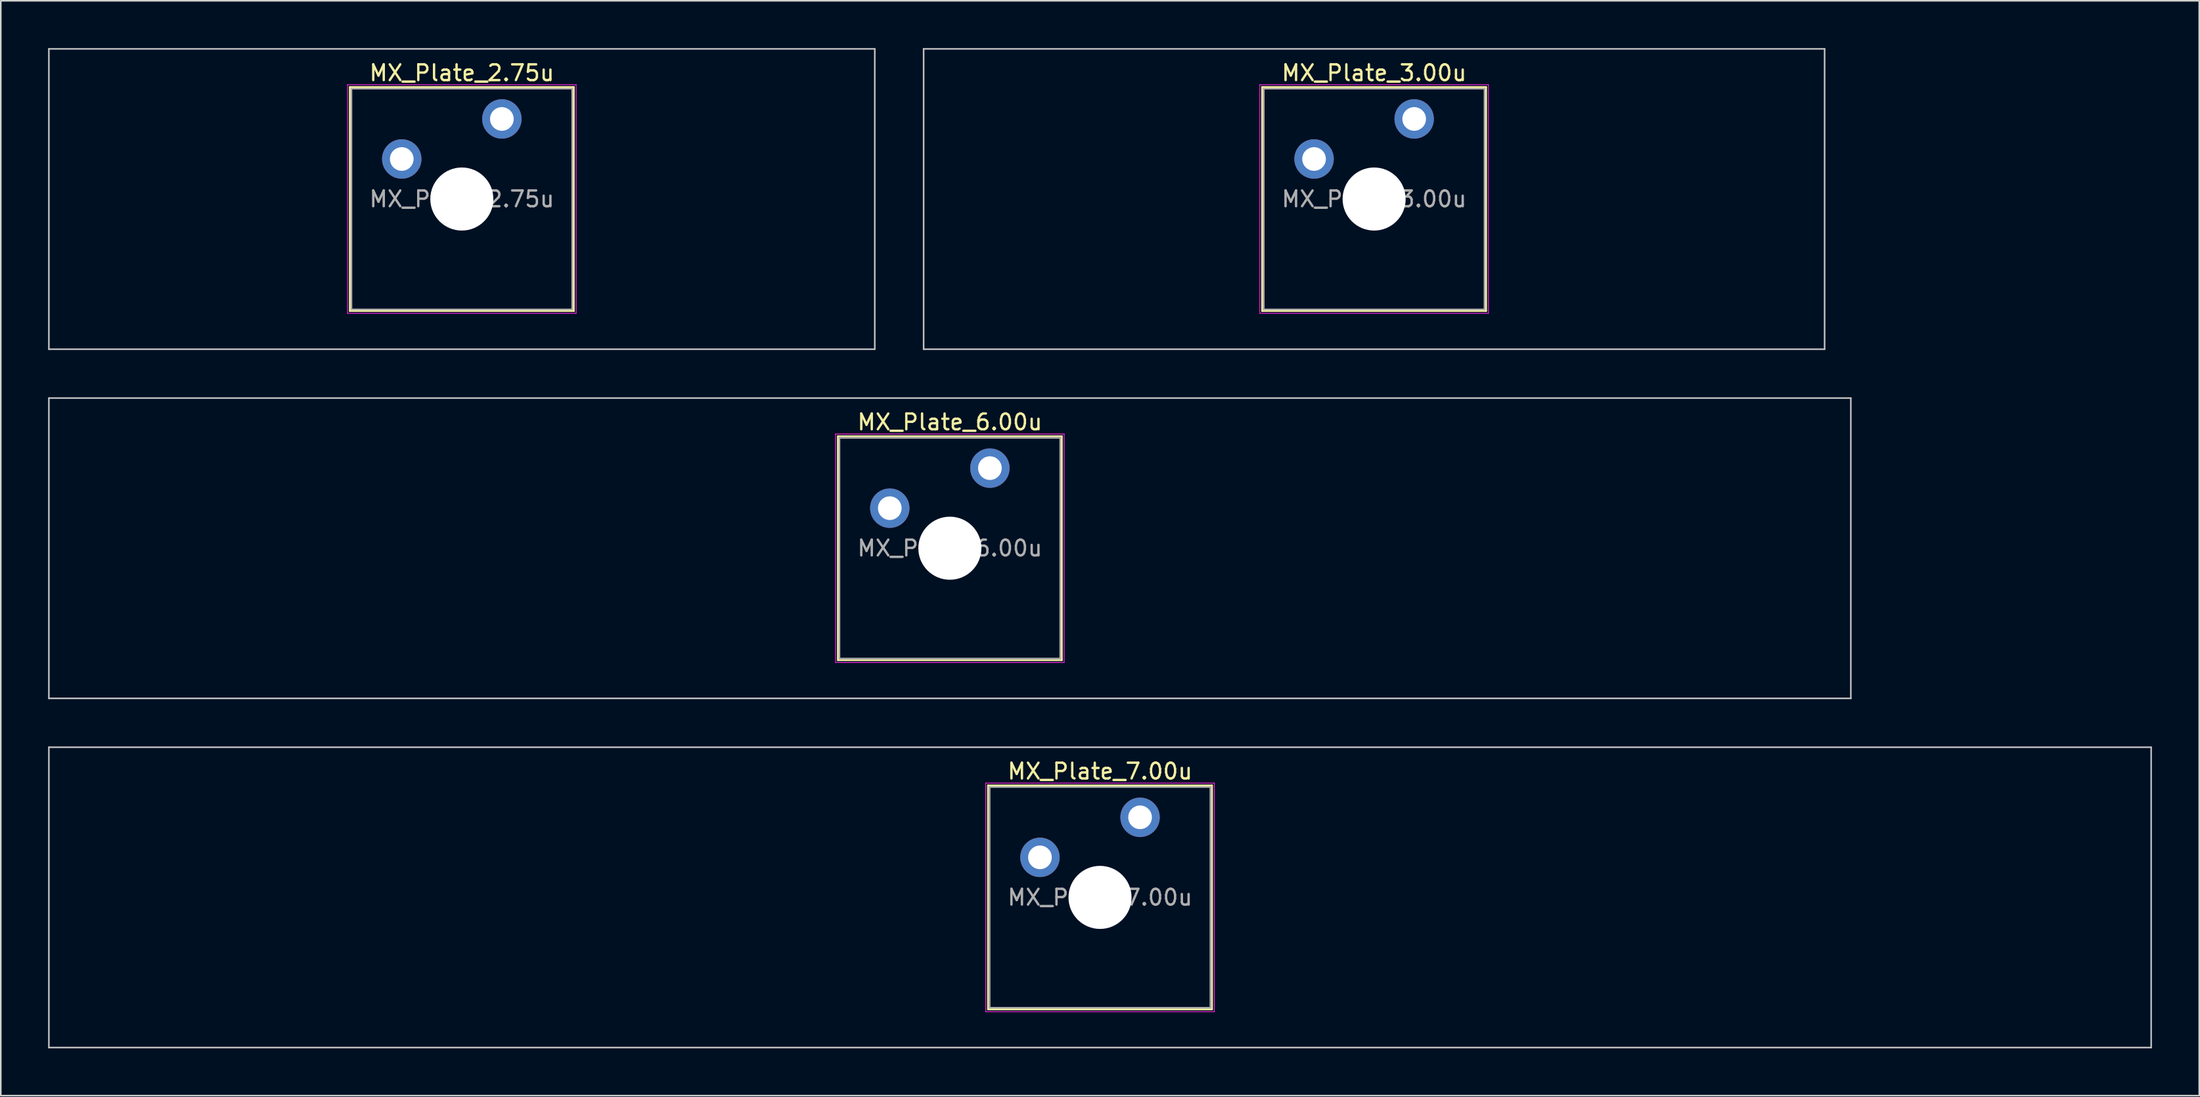
<source format=kicad_pcb>
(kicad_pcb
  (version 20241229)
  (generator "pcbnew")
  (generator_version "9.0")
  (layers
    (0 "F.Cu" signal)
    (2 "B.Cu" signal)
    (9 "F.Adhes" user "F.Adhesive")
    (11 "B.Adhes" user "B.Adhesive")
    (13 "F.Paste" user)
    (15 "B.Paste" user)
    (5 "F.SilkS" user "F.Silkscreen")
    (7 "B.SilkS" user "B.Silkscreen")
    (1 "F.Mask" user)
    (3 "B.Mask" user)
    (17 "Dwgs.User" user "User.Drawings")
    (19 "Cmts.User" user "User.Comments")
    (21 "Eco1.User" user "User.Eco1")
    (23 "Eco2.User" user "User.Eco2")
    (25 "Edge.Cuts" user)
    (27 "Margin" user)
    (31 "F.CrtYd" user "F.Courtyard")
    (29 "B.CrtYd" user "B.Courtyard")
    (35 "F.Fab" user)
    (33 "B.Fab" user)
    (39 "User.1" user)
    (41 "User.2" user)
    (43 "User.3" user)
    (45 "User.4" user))
  (footprint "MX_Plate_7.00u"
    (layer "F.Cu")
    (at 66.725 53.875)
    (property "Reference" "MX_Plate_7.00u" (at 0 -8 0) (layer "F.SilkS") (effects (font (size 1 1) (thickness 0.15))))
    (attr through_hole)
    (fp_line (start -7.1 -7.1) (end -7.1 7.1) (stroke (width 0.12) (type solid)) (layer "F.SilkS"))
    (fp_line (start -7.1 7.1) (end 7.1 7.1) (stroke (width 0.12) (type solid)) (layer "F.SilkS"))
    (fp_line (start 7.1 -7.1) (end -7.1 -7.1) (stroke (width 0.12) (type solid)) (layer "F.SilkS"))
    (fp_line (start 7.1 7.1) (end 7.1 -7.1) (stroke (width 0.12) (type solid)) (layer "F.SilkS"))
    (fp_line (start -66.675 -9.525) (end -66.675 9.525) (stroke (width 0.1) (type solid)) (layer "Dwgs.User"))
    (fp_line (start -66.675 9.525) (end 66.675 9.525) (stroke (width 0.1) (type solid)) (layer "Dwgs.User"))
    (fp_line (start 66.675 -9.525) (end -66.675 -9.525) (stroke (width 0.1) (type solid)) (layer "Dwgs.User"))
    (fp_line (start 66.675 9.525) (end 66.675 -9.525) (stroke (width 0.1) (type solid)) (layer "Dwgs.User"))
    (fp_line (start -7 -7) (end -7 7) (stroke (width 0.1) (type solid)) (layer "Eco1.User"))
    (fp_line (start -7 7) (end 7 7) (stroke (width 0.1) (type solid)) (layer "Eco1.User"))
    (fp_line (start 7 -7) (end -7 -7) (stroke (width 0.1) (type solid)) (layer "Eco1.User"))
    (fp_line (start 7 7) (end 7 -7) (stroke (width 0.1) (type solid)) (layer "Eco1.User"))
    (fp_line (start -7.25 -7.25) (end -7.25 7.25) (stroke (width 0.05) (type solid)) (layer "F.CrtYd"))
    (fp_line (start -7.25 7.25) (end 7.25 7.25) (stroke (width 0.05) (type solid)) (layer "F.CrtYd"))
    (fp_line (start 7.25 -7.25) (end -7.25 -7.25) (stroke (width 0.05) (type solid)) (layer "F.CrtYd"))
    (fp_line (start 7.25 7.25) (end 7.25 -7.25) (stroke (width 0.05) (type solid)) (layer "F.CrtYd"))
    (fp_line (start -7 -7) (end -7 7) (stroke (width 0.1) (type solid)) (layer "F.Fab"))
    (fp_line (start -7 7) (end 7 7) (stroke (width 0.1) (type solid)) (layer "F.Fab"))
    (fp_line (start 7 -7) (end -7 -7) (stroke (width 0.1) (type solid)) (layer "F.Fab"))
    (fp_line (start 7 7) (end 7 -7) (stroke (width 0.1) (type solid)) (layer "F.Fab"))
    (fp_text user "${REFERENCE}" (at 0 0 0) (layer "F.Fab") (effects (font (size 1 1) (thickness 0.15))))
    (pad "" np_thru_hole circle (at 0 0) (size 4 4) (drill 4) (layers "*.Cu" "*.Mask"))
    (pad "1" thru_hole circle (at -3.81 -2.54) (size 2.5 2.5) (drill 1.5) (layers "*.Cu" "*.Mask"))
    (pad "2" thru_hole circle (at 2.54 -5.08) (size 2.5 2.5) (drill 1.5) (layers "*.Cu" "*.Mask")))
  (footprint "MX_Plate_2.75u"
    (layer "F.Cu")
    (at 26.244 9.575)
    (property "Reference" "MX_Plate_2.75u" (at 0 -8 0) (layer "F.SilkS") (effects (font (size 1 1) (thickness 0.15))))
    (attr through_hole)
    (fp_line (start -7.1 -7.1) (end -7.1 7.1) (stroke (width 0.12) (type solid)) (layer "F.SilkS"))
    (fp_line (start -7.1 7.1) (end 7.1 7.1) (stroke (width 0.12) (type solid)) (layer "F.SilkS"))
    (fp_line (start 7.1 -7.1) (end -7.1 -7.1) (stroke (width 0.12) (type solid)) (layer "F.SilkS"))
    (fp_line (start 7.1 7.1) (end 7.1 -7.1) (stroke (width 0.12) (type solid)) (layer "F.SilkS"))
    (fp_line (start -26.194 -9.525) (end -26.194 9.525) (stroke (width 0.1) (type solid)) (layer "Dwgs.User"))
    (fp_line (start -26.194 9.525) (end 26.194 9.525) (stroke (width 0.1) (type solid)) (layer "Dwgs.User"))
    (fp_line (start 26.194 -9.525) (end -26.194 -9.525) (stroke (width 0.1) (type solid)) (layer "Dwgs.User"))
    (fp_line (start 26.194 9.525) (end 26.194 -9.525) (stroke (width 0.1) (type solid)) (layer "Dwgs.User"))
    (fp_line (start -7 -7) (end -7 7) (stroke (width 0.1) (type solid)) (layer "Eco1.User"))
    (fp_line (start -7 7) (end 7 7) (stroke (width 0.1) (type solid)) (layer "Eco1.User"))
    (fp_line (start 7 -7) (end -7 -7) (stroke (width 0.1) (type solid)) (layer "Eco1.User"))
    (fp_line (start 7 7) (end 7 -7) (stroke (width 0.1) (type solid)) (layer "Eco1.User"))
    (fp_line (start -7.25 -7.25) (end -7.25 7.25) (stroke (width 0.05) (type solid)) (layer "F.CrtYd"))
    (fp_line (start -7.25 7.25) (end 7.25 7.25) (stroke (width 0.05) (type solid)) (layer "F.CrtYd"))
    (fp_line (start 7.25 -7.25) (end -7.25 -7.25) (stroke (width 0.05) (type solid)) (layer "F.CrtYd"))
    (fp_line (start 7.25 7.25) (end 7.25 -7.25) (stroke (width 0.05) (type solid)) (layer "F.CrtYd"))
    (fp_line (start -7 -7) (end -7 7) (stroke (width 0.1) (type solid)) (layer "F.Fab"))
    (fp_line (start -7 7) (end 7 7) (stroke (width 0.1) (type solid)) (layer "F.Fab"))
    (fp_line (start 7 -7) (end -7 -7) (stroke (width 0.1) (type solid)) (layer "F.Fab"))
    (fp_line (start 7 7) (end 7 -7) (stroke (width 0.1) (type solid)) (layer "F.Fab"))
    (fp_text user "${REFERENCE}" (at 0 0 0) (layer "F.Fab") (effects (font (size 1 1) (thickness 0.15))))
    (pad "" np_thru_hole circle (at 0 0) (size 4 4) (drill 4) (layers "*.Cu" "*.Mask"))
    (pad "1" thru_hole circle (at -3.81 -2.54) (size 2.5 2.5) (drill 1.5) (layers "*.Cu" "*.Mask"))
    (pad "2" thru_hole circle (at 2.54 -5.08) (size 2.5 2.5) (drill 1.5) (layers "*.Cu" "*.Mask")))
  (footprint "MX_Plate_6.00u"
    (layer "F.Cu")
    (at 57.2 31.725)
    (property "Reference" "MX_Plate_6.00u" (at 0 -8 0) (layer "F.SilkS") (effects (font (size 1 1) (thickness 0.15))))
    (attr through_hole)
    (fp_line (start -7.1 -7.1) (end -7.1 7.1) (stroke (width 0.12) (type solid)) (layer "F.SilkS"))
    (fp_line (start -7.1 7.1) (end 7.1 7.1) (stroke (width 0.12) (type solid)) (layer "F.SilkS"))
    (fp_line (start 7.1 -7.1) (end -7.1 -7.1) (stroke (width 0.12) (type solid)) (layer "F.SilkS"))
    (fp_line (start 7.1 7.1) (end 7.1 -7.1) (stroke (width 0.12) (type solid)) (layer "F.SilkS"))
    (fp_line (start -57.15 -9.525) (end -57.15 9.525) (stroke (width 0.1) (type solid)) (layer "Dwgs.User"))
    (fp_line (start -57.15 9.525) (end 57.15 9.525) (stroke (width 0.1) (type solid)) (layer "Dwgs.User"))
    (fp_line (start 57.15 -9.525) (end -57.15 -9.525) (stroke (width 0.1) (type solid)) (layer "Dwgs.User"))
    (fp_line (start 57.15 9.525) (end 57.15 -9.525) (stroke (width 0.1) (type solid)) (layer "Dwgs.User"))
    (fp_line (start -7 -7) (end -7 7) (stroke (width 0.1) (type solid)) (layer "Eco1.User"))
    (fp_line (start -7 7) (end 7 7) (stroke (width 0.1) (type solid)) (layer "Eco1.User"))
    (fp_line (start 7 -7) (end -7 -7) (stroke (width 0.1) (type solid)) (layer "Eco1.User"))
    (fp_line (start 7 7) (end 7 -7) (stroke (width 0.1) (type solid)) (layer "Eco1.User"))
    (fp_line (start -7.25 -7.25) (end -7.25 7.25) (stroke (width 0.05) (type solid)) (layer "F.CrtYd"))
    (fp_line (start -7.25 7.25) (end 7.25 7.25) (stroke (width 0.05) (type solid)) (layer "F.CrtYd"))
    (fp_line (start 7.25 -7.25) (end -7.25 -7.25) (stroke (width 0.05) (type solid)) (layer "F.CrtYd"))
    (fp_line (start 7.25 7.25) (end 7.25 -7.25) (stroke (width 0.05) (type solid)) (layer "F.CrtYd"))
    (fp_line (start -7 -7) (end -7 7) (stroke (width 0.1) (type solid)) (layer "F.Fab"))
    (fp_line (start -7 7) (end 7 7) (stroke (width 0.1) (type solid)) (layer "F.Fab"))
    (fp_line (start 7 -7) (end -7 -7) (stroke (width 0.1) (type solid)) (layer "F.Fab"))
    (fp_line (start 7 7) (end 7 -7) (stroke (width 0.1) (type solid)) (layer "F.Fab"))
    (fp_text user "${REFERENCE}" (at 0 0 0) (layer "F.Fab") (effects (font (size 1 1) (thickness 0.15))))
    (pad "" np_thru_hole circle (at 0 0) (size 4 4) (drill 4) (layers "*.Cu" "*.Mask"))
    (pad "1" thru_hole circle (at -3.81 -2.54) (size 2.5 2.5) (drill 1.5) (layers "*.Cu" "*.Mask"))
    (pad "2" thru_hole circle (at 2.54 -5.08) (size 2.5 2.5) (drill 1.5) (layers "*.Cu" "*.Mask")))
  (footprint "MX_Plate_3.00u"
    (layer "F.Cu")
    (at 84.112 9.575)
    (property "Reference" "MX_Plate_3.00u" (at 0 -8 0) (layer "F.SilkS") (effects (font (size 1 1) (thickness 0.15))))
    (attr through_hole)
    (fp_line (start -7.1 -7.1) (end -7.1 7.1) (stroke (width 0.12) (type solid)) (layer "F.SilkS"))
    (fp_line (start -7.1 7.1) (end 7.1 7.1) (stroke (width 0.12) (type solid)) (layer "F.SilkS"))
    (fp_line (start 7.1 -7.1) (end -7.1 -7.1) (stroke (width 0.12) (type solid)) (layer "F.SilkS"))
    (fp_line (start 7.1 7.1) (end 7.1 -7.1) (stroke (width 0.12) (type solid)) (layer "F.SilkS"))
    (fp_line (start -28.575 -9.525) (end -28.575 9.525) (stroke (width 0.1) (type solid)) (layer "Dwgs.User"))
    (fp_line (start -28.575 9.525) (end 28.575 9.525) (stroke (width 0.1) (type solid)) (layer "Dwgs.User"))
    (fp_line (start 28.575 -9.525) (end -28.575 -9.525) (stroke (width 0.1) (type solid)) (layer "Dwgs.User"))
    (fp_line (start 28.575 9.525) (end 28.575 -9.525) (stroke (width 0.1) (type solid)) (layer "Dwgs.User"))
    (fp_line (start -7 -7) (end -7 7) (stroke (width 0.1) (type solid)) (layer "Eco1.User"))
    (fp_line (start -7 7) (end 7 7) (stroke (width 0.1) (type solid)) (layer "Eco1.User"))
    (fp_line (start 7 -7) (end -7 -7) (stroke (width 0.1) (type solid)) (layer "Eco1.User"))
    (fp_line (start 7 7) (end 7 -7) (stroke (width 0.1) (type solid)) (layer "Eco1.User"))
    (fp_line (start -7.25 -7.25) (end -7.25 7.25) (stroke (width 0.05) (type solid)) (layer "F.CrtYd"))
    (fp_line (start -7.25 7.25) (end 7.25 7.25) (stroke (width 0.05) (type solid)) (layer "F.CrtYd"))
    (fp_line (start 7.25 -7.25) (end -7.25 -7.25) (stroke (width 0.05) (type solid)) (layer "F.CrtYd"))
    (fp_line (start 7.25 7.25) (end 7.25 -7.25) (stroke (width 0.05) (type solid)) (layer "F.CrtYd"))
    (fp_line (start -7 -7) (end -7 7) (stroke (width 0.1) (type solid)) (layer "F.Fab"))
    (fp_line (start -7 7) (end 7 7) (stroke (width 0.1) (type solid)) (layer "F.Fab"))
    (fp_line (start 7 -7) (end -7 -7) (stroke (width 0.1) (type solid)) (layer "F.Fab"))
    (fp_line (start 7 7) (end 7 -7) (stroke (width 0.1) (type solid)) (layer "F.Fab"))
    (fp_text user "${REFERENCE}" (at 0 0 0) (layer "F.Fab") (effects (font (size 1 1) (thickness 0.15))))
    (pad "" np_thru_hole circle (at 0 0) (size 4 4) (drill 4) (layers "*.Cu" "*.Mask"))
    (pad "1" thru_hole circle (at -3.81 -2.54) (size 2.5 2.5) (drill 1.5) (layers "*.Cu" "*.Mask"))
    (pad "2" thru_hole circle (at 2.54 -5.08) (size 2.5 2.5) (drill 1.5) (layers "*.Cu" "*.Mask")))
  (gr_rect
    (start -3 -3)
    (end 136.45 66.45)
    (stroke (width 0.1) (type default))
    (fill no)
    (layer "Edge.Cuts")))
</source>
